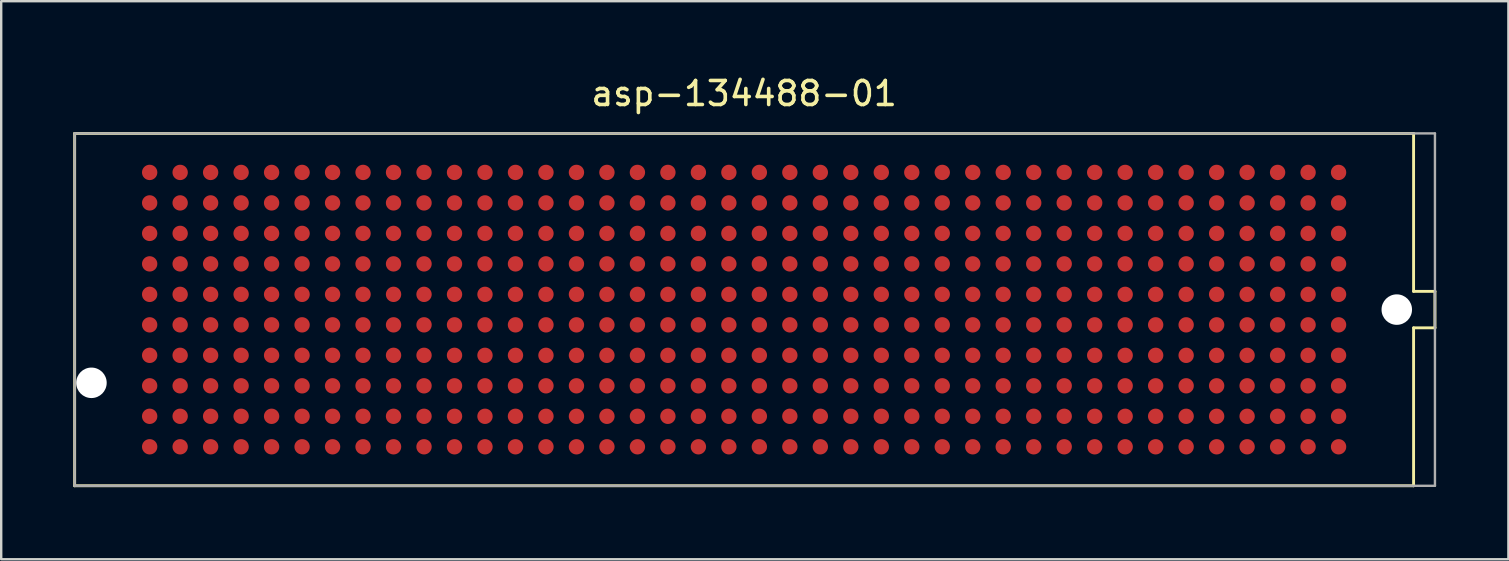
<source format=kicad_pcb>
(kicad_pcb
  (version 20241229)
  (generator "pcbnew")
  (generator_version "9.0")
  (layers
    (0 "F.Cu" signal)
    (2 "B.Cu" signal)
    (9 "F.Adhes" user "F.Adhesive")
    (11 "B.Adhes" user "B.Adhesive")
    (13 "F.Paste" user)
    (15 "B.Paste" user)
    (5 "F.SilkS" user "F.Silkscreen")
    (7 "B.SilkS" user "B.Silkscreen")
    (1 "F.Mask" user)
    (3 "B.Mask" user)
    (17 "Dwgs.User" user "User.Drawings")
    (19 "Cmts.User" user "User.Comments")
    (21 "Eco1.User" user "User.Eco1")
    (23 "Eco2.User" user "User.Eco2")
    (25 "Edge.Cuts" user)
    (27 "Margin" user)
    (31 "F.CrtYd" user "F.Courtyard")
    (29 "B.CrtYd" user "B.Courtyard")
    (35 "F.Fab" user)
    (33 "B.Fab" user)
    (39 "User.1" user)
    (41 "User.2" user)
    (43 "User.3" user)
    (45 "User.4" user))
  (footprint "asp-134488-01"
    (layer "F.Cu")
    (at 27.95 9.848)
    (property "Reference" "asp-134488-01" (at 0 -9 0) (layer "F.SilkS") (effects (font (size 1 1) (thickness 0.15))))
    (attr through_hole)
    (fp_line (start -27.89 -7.34) (end 27.89 -7.34) (stroke (width 0.12) (type solid)) (layer "F.SilkS"))
    (fp_line (start -27.89 7.34) (end -27.89 -7.34) (stroke (width 0.12) (type solid)) (layer "F.SilkS"))
    (fp_line (start 27.89 -7.34) (end 27.89 -0.76) (stroke (width 0.12) (type solid)) (layer "F.SilkS"))
    (fp_line (start 27.89 -0.76) (end 28.78 -0.76) (stroke (width 0.12) (type solid)) (layer "F.SilkS"))
    (fp_line (start 27.89 0.76) (end 27.89 7.34) (stroke (width 0.12) (type solid)) (layer "F.SilkS"))
    (fp_line (start 27.89 7.34) (end -27.89 7.34) (stroke (width 0.12) (type solid)) (layer "F.SilkS"))
    (fp_line (start 28.78 -0.76) (end 28.78 0.76) (stroke (width 0.12) (type solid)) (layer "F.SilkS"))
    (fp_line (start 28.78 0.76) (end 27.89 0.76) (stroke (width 0.12) (type solid)) (layer "F.SilkS"))
    (fp_line (start -27.89 -7.34) (end 28.78 -7.34) (stroke (width 0.1) (type solid)) (layer "F.Fab"))
    (fp_line (start -27.89 7.34) (end -27.89 -7.34) (stroke (width 0.1) (type solid)) (layer "F.Fab"))
    (fp_line (start 28.78 -7.34) (end 28.78 7.34) (stroke (width 0.1) (type solid)) (layer "F.Fab"))
    (fp_line (start 28.78 7.34) (end -27.89 7.34) (stroke (width 0.1) (type solid)) (layer "F.Fab"))
    (pad "" np_thru_hole circle (at -27.19 3.05) (size 1.27 1.27) (drill 1.27) (layers "*.Cu" "*.Mask"))
    (pad "" np_thru_hole circle (at 27.19 0) (size 1.27 1.27) (drill 1.27) (layers "*.Cu" "*.Mask"))
    (pad "A01" smd circle (at 24.765 -5.715) (size 0.64 0.64) (layers "F.Cu" "F.Mask" "F.Paste"))
    (pad "A02" smd circle (at 23.495 -5.715) (size 0.64 0.64) (layers "F.Cu" "F.Mask" "F.Paste"))
    (pad "A03" smd circle (at 22.225 -5.715) (size 0.64 0.64) (layers "F.Cu" "F.Mask" "F.Paste"))
    (pad "A04" smd circle (at 20.955 -5.715) (size 0.64 0.64) (layers "F.Cu" "F.Mask" "F.Paste"))
    (pad "A05" smd circle (at 19.685 -5.715) (size 0.64 0.64) (layers "F.Cu" "F.Mask" "F.Paste"))
    (pad "A06" smd circle (at 18.415 -5.715) (size 0.64 0.64) (layers "F.Cu" "F.Mask" "F.Paste"))
    (pad "A07" smd circle (at 17.145 -5.715) (size 0.64 0.64) (layers "F.Cu" "F.Mask" "F.Paste"))
    (pad "A08" smd circle (at 15.875 -5.715) (size 0.64 0.64) (layers "F.Cu" "F.Mask" "F.Paste"))
    (pad "A09" smd circle (at 14.605 -5.715) (size 0.64 0.64) (layers "F.Cu" "F.Mask" "F.Paste"))
    (pad "A10" smd circle (at 13.335 -5.715) (size 0.64 0.64) (layers "F.Cu" "F.Mask" "F.Paste"))
    (pad "A11" smd circle (at 12.065 -5.715) (size 0.64 0.64) (layers "F.Cu" "F.Mask" "F.Paste"))
    (pad "A12" smd circle (at 10.795 -5.715) (size 0.64 0.64) (layers "F.Cu" "F.Mask" "F.Paste"))
    (pad "A13" smd circle (at 9.525 -5.715) (size 0.64 0.64) (layers "F.Cu" "F.Mask" "F.Paste"))
    (pad "A14" smd circle (at 8.255 -5.715) (size 0.64 0.64) (layers "F.Cu" "F.Mask" "F.Paste"))
    (pad "A15" smd circle (at 6.985 -5.715) (size 0.64 0.64) (layers "F.Cu" "F.Mask" "F.Paste"))
    (pad "A16" smd circle (at 5.715 -5.715) (size 0.64 0.64) (layers "F.Cu" "F.Mask" "F.Paste"))
    (pad "A17" smd circle (at 4.445 -5.715) (size 0.64 0.64) (layers "F.Cu" "F.Mask" "F.Paste"))
    (pad "A18" smd circle (at 3.175 -5.715) (size 0.64 0.64) (layers "F.Cu" "F.Mask" "F.Paste"))
    (pad "A19" smd circle (at 1.905 -5.715) (size 0.64 0.64) (layers "F.Cu" "F.Mask" "F.Paste"))
    (pad "A20" smd circle (at 0.635 -5.715) (size 0.64 0.64) (layers "F.Cu" "F.Mask" "F.Paste"))
    (pad "A21" smd circle (at -0.635 -5.715) (size 0.64 0.64) (layers "F.Cu" "F.Mask" "F.Paste"))
    (pad "A22" smd circle (at -1.905 -5.715) (size 0.64 0.64) (layers "F.Cu" "F.Mask" "F.Paste"))
    (pad "A23" smd circle (at -3.175 -5.715) (size 0.64 0.64) (layers "F.Cu" "F.Mask" "F.Paste"))
    (pad "A24" smd circle (at -4.445 -5.715) (size 0.64 0.64) (layers "F.Cu" "F.Mask" "F.Paste"))
    (pad "A25" smd circle (at -5.715 -5.715) (size 0.64 0.64) (layers "F.Cu" "F.Mask" "F.Paste"))
    (pad "A26" smd circle (at -6.985 -5.715) (size 0.64 0.64) (layers "F.Cu" "F.Mask" "F.Paste"))
    (pad "A27" smd circle (at -8.255 -5.715) (size 0.64 0.64) (layers "F.Cu" "F.Mask" "F.Paste"))
    (pad "A28" smd circle (at -9.525 -5.715) (size 0.64 0.64) (layers "F.Cu" "F.Mask" "F.Paste"))
    (pad "A29" smd circle (at -10.795 -5.715) (size 0.64 0.64) (layers "F.Cu" "F.Mask" "F.Paste"))
    (pad "A30" smd circle (at -12.065 -5.715) (size 0.64 0.64) (layers "F.Cu" "F.Mask" "F.Paste"))
    (pad "A31" smd circle (at -13.335 -5.715) (size 0.64 0.64) (layers "F.Cu" "F.Mask" "F.Paste"))
    (pad "A32" smd circle (at -14.605 -5.715) (size 0.64 0.64) (layers "F.Cu" "F.Mask" "F.Paste"))
    (pad "A33" smd circle (at -15.875 -5.715) (size 0.64 0.64) (layers "F.Cu" "F.Mask" "F.Paste"))
    (pad "A34" smd circle (at -17.145 -5.715) (size 0.64 0.64) (layers "F.Cu" "F.Mask" "F.Paste"))
    (pad "A35" smd circle (at -18.415 -5.715) (size 0.64 0.64) (layers "F.Cu" "F.Mask" "F.Paste"))
    (pad "A36" smd circle (at -19.685 -5.715) (size 0.64 0.64) (layers "F.Cu" "F.Mask" "F.Paste"))
    (pad "A37" smd circle (at -20.955 -5.715) (size 0.64 0.64) (layers "F.Cu" "F.Mask" "F.Paste"))
    (pad "A38" smd circle (at -22.225 -5.715) (size 0.64 0.64) (layers "F.Cu" "F.Mask" "F.Paste"))
    (pad "A39" smd circle (at -23.495 -5.715) (size 0.64 0.64) (layers "F.Cu" "F.Mask" "F.Paste"))
    (pad "A40" smd circle (at -24.765 -5.715) (size 0.64 0.64) (layers "F.Cu" "F.Mask" "F.Paste"))
    (pad "B01" smd circle (at 24.765 -4.445) (size 0.64 0.64) (layers "F.Cu" "F.Mask" "F.Paste"))
    (pad "B02" smd circle (at 23.495 -4.445) (size 0.64 0.64) (layers "F.Cu" "F.Mask" "F.Paste"))
    (pad "B03" smd circle (at 22.225 -4.445) (size 0.64 0.64) (layers "F.Cu" "F.Mask" "F.Paste"))
    (pad "B04" smd circle (at 20.955 -4.445) (size 0.64 0.64) (layers "F.Cu" "F.Mask" "F.Paste"))
    (pad "B05" smd circle (at 19.685 -4.445) (size 0.64 0.64) (layers "F.Cu" "F.Mask" "F.Paste"))
    (pad "B06" smd circle (at 18.415 -4.445) (size 0.64 0.64) (layers "F.Cu" "F.Mask" "F.Paste"))
    (pad "B07" smd circle (at 17.145 -4.445) (size 0.64 0.64) (layers "F.Cu" "F.Mask" "F.Paste"))
    (pad "B08" smd circle (at 15.875 -4.445) (size 0.64 0.64) (layers "F.Cu" "F.Mask" "F.Paste"))
    (pad "B09" smd circle (at 14.605 -4.445) (size 0.64 0.64) (layers "F.Cu" "F.Mask" "F.Paste"))
    (pad "B10" smd circle (at 13.335 -4.445) (size 0.64 0.64) (layers "F.Cu" "F.Mask" "F.Paste"))
    (pad "B11" smd circle (at 12.065 -4.445) (size 0.64 0.64) (layers "F.Cu" "F.Mask" "F.Paste"))
    (pad "B12" smd circle (at 10.795 -4.445) (size 0.64 0.64) (layers "F.Cu" "F.Mask" "F.Paste"))
    (pad "B13" smd circle (at 9.525 -4.445) (size 0.64 0.64) (layers "F.Cu" "F.Mask" "F.Paste"))
    (pad "B14" smd circle (at 8.255 -4.445) (size 0.64 0.64) (layers "F.Cu" "F.Mask" "F.Paste"))
    (pad "B15" smd circle (at 6.985 -4.445) (size 0.64 0.64) (layers "F.Cu" "F.Mask" "F.Paste"))
    (pad "B16" smd circle (at 5.715 -4.445) (size 0.64 0.64) (layers "F.Cu" "F.Mask" "F.Paste"))
    (pad "B17" smd circle (at 4.445 -4.445) (size 0.64 0.64) (layers "F.Cu" "F.Mask" "F.Paste"))
    (pad "B18" smd circle (at 3.175 -4.445) (size 0.64 0.64) (layers "F.Cu" "F.Mask" "F.Paste"))
    (pad "B19" smd circle (at 1.905 -4.445) (size 0.64 0.64) (layers "F.Cu" "F.Mask" "F.Paste"))
    (pad "B20" smd circle (at 0.635 -4.445) (size 0.64 0.64) (layers "F.Cu" "F.Mask" "F.Paste"))
    (pad "B21" smd circle (at -0.635 -4.445) (size 0.64 0.64) (layers "F.Cu" "F.Mask" "F.Paste"))
    (pad "B22" smd circle (at -1.905 -4.445) (size 0.64 0.64) (layers "F.Cu" "F.Mask" "F.Paste"))
    (pad "B23" smd circle (at -3.175 -4.445) (size 0.64 0.64) (layers "F.Cu" "F.Mask" "F.Paste"))
    (pad "B24" smd circle (at -4.445 -4.445) (size 0.64 0.64) (layers "F.Cu" "F.Mask" "F.Paste"))
    (pad "B25" smd circle (at -5.715 -4.445) (size 0.64 0.64) (layers "F.Cu" "F.Mask" "F.Paste"))
    (pad "B26" smd circle (at -6.985 -4.445) (size 0.64 0.64) (layers "F.Cu" "F.Mask" "F.Paste"))
    (pad "B27" smd circle (at -8.255 -4.445) (size 0.64 0.64) (layers "F.Cu" "F.Mask" "F.Paste"))
    (pad "B28" smd circle (at -9.525 -4.445) (size 0.64 0.64) (layers "F.Cu" "F.Mask" "F.Paste"))
    (pad "B29" smd circle (at -10.795 -4.445) (size 0.64 0.64) (layers "F.Cu" "F.Mask" "F.Paste"))
    (pad "B30" smd circle (at -12.065 -4.445) (size 0.64 0.64) (layers "F.Cu" "F.Mask" "F.Paste"))
    (pad "B31" smd circle (at -13.335 -4.445) (size 0.64 0.64) (layers "F.Cu" "F.Mask" "F.Paste"))
    (pad "B32" smd circle (at -14.605 -4.445) (size 0.64 0.64) (layers "F.Cu" "F.Mask" "F.Paste"))
    (pad "B33" smd circle (at -15.875 -4.445) (size 0.64 0.64) (layers "F.Cu" "F.Mask" "F.Paste"))
    (pad "B34" smd circle (at -17.145 -4.445) (size 0.64 0.64) (layers "F.Cu" "F.Mask" "F.Paste"))
    (pad "B35" smd circle (at -18.415 -4.445) (size 0.64 0.64) (layers "F.Cu" "F.Mask" "F.Paste"))
    (pad "B36" smd circle (at -19.685 -4.445) (size 0.64 0.64) (layers "F.Cu" "F.Mask" "F.Paste"))
    (pad "B37" smd circle (at -20.955 -4.445) (size 0.64 0.64) (layers "F.Cu" "F.Mask" "F.Paste"))
    (pad "B38" smd circle (at -22.225 -4.445) (size 0.64 0.64) (layers "F.Cu" "F.Mask" "F.Paste"))
    (pad "B39" smd circle (at -23.495 -4.445) (size 0.64 0.64) (layers "F.Cu" "F.Mask" "F.Paste"))
    (pad "B40" smd circle (at -24.765 -4.445) (size 0.64 0.64) (layers "F.Cu" "F.Mask" "F.Paste"))
    (pad "C01" smd circle (at 24.765 -3.175) (size 0.64 0.64) (layers "F.Cu" "F.Mask" "F.Paste"))
    (pad "C02" smd circle (at 23.495 -3.175) (size 0.64 0.64) (layers "F.Cu" "F.Mask" "F.Paste"))
    (pad "C03" smd circle (at 22.225 -3.175) (size 0.64 0.64) (layers "F.Cu" "F.Mask" "F.Paste"))
    (pad "C04" smd circle (at 20.955 -3.175) (size 0.64 0.64) (layers "F.Cu" "F.Mask" "F.Paste"))
    (pad "C05" smd circle (at 19.685 -3.175) (size 0.64 0.64) (layers "F.Cu" "F.Mask" "F.Paste"))
    (pad "C06" smd circle (at 18.415 -3.175) (size 0.64 0.64) (layers "F.Cu" "F.Mask" "F.Paste"))
    (pad "C07" smd circle (at 17.145 -3.175) (size 0.64 0.64) (layers "F.Cu" "F.Mask" "F.Paste"))
    (pad "C08" smd circle (at 15.875 -3.175) (size 0.64 0.64) (layers "F.Cu" "F.Mask" "F.Paste"))
    (pad "C09" smd circle (at 14.605 -3.175) (size 0.64 0.64) (layers "F.Cu" "F.Mask" "F.Paste"))
    (pad "C10" smd circle (at 13.335 -3.175) (size 0.64 0.64) (layers "F.Cu" "F.Mask" "F.Paste"))
    (pad "C11" smd circle (at 12.065 -3.175) (size 0.64 0.64) (layers "F.Cu" "F.Mask" "F.Paste"))
    (pad "C12" smd circle (at 10.795 -3.175) (size 0.64 0.64) (layers "F.Cu" "F.Mask" "F.Paste"))
    (pad "C13" smd circle (at 9.525 -3.175) (size 0.64 0.64) (layers "F.Cu" "F.Mask" "F.Paste"))
    (pad "C14" smd circle (at 8.255 -3.175) (size 0.64 0.64) (layers "F.Cu" "F.Mask" "F.Paste"))
    (pad "C15" smd circle (at 6.985 -3.175) (size 0.64 0.64) (layers "F.Cu" "F.Mask" "F.Paste"))
    (pad "C16" smd circle (at 5.715 -3.175) (size 0.64 0.64) (layers "F.Cu" "F.Mask" "F.Paste"))
    (pad "C17" smd circle (at 4.445 -3.175) (size 0.64 0.64) (layers "F.Cu" "F.Mask" "F.Paste"))
    (pad "C18" smd circle (at 3.175 -3.175) (size 0.64 0.64) (layers "F.Cu" "F.Mask" "F.Paste"))
    (pad "C19" smd circle (at 1.905 -3.175) (size 0.64 0.64) (layers "F.Cu" "F.Mask" "F.Paste"))
    (pad "C20" smd circle (at 0.635 -3.175) (size 0.64 0.64) (layers "F.Cu" "F.Mask" "F.Paste"))
    (pad "C21" smd circle (at -0.635 -3.175) (size 0.64 0.64) (layers "F.Cu" "F.Mask" "F.Paste"))
    (pad "C22" smd circle (at -1.905 -3.175) (size 0.64 0.64) (layers "F.Cu" "F.Mask" "F.Paste"))
    (pad "C23" smd circle (at -3.175 -3.175) (size 0.64 0.64) (layers "F.Cu" "F.Mask" "F.Paste"))
    (pad "C24" smd circle (at -4.445 -3.175) (size 0.64 0.64) (layers "F.Cu" "F.Mask" "F.Paste"))
    (pad "C25" smd circle (at -5.715 -3.175) (size 0.64 0.64) (layers "F.Cu" "F.Mask" "F.Paste"))
    (pad "C26" smd circle (at -6.985 -3.175) (size 0.64 0.64) (layers "F.Cu" "F.Mask" "F.Paste"))
    (pad "C27" smd circle (at -8.255 -3.175) (size 0.64 0.64) (layers "F.Cu" "F.Mask" "F.Paste"))
    (pad "C28" smd circle (at -9.525 -3.175) (size 0.64 0.64) (layers "F.Cu" "F.Mask" "F.Paste"))
    (pad "C29" smd circle (at -10.795 -3.175) (size 0.64 0.64) (layers "F.Cu" "F.Mask" "F.Paste"))
    (pad "C30" smd circle (at -12.065 -3.175) (size 0.64 0.64) (layers "F.Cu" "F.Mask" "F.Paste"))
    (pad "C31" smd circle (at -13.335 -3.175) (size 0.64 0.64) (layers "F.Cu" "F.Mask" "F.Paste"))
    (pad "C32" smd circle (at -14.605 -3.175) (size 0.64 0.64) (layers "F.Cu" "F.Mask" "F.Paste"))
    (pad "C33" smd circle (at -15.875 -3.175) (size 0.64 0.64) (layers "F.Cu" "F.Mask" "F.Paste"))
    (pad "C34" smd circle (at -17.145 -3.175) (size 0.64 0.64) (layers "F.Cu" "F.Mask" "F.Paste"))
    (pad "C35" smd circle (at -18.415 -3.175) (size 0.64 0.64) (layers "F.Cu" "F.Mask" "F.Paste"))
    (pad "C36" smd circle (at -19.685 -3.175) (size 0.64 0.64) (layers "F.Cu" "F.Mask" "F.Paste"))
    (pad "C37" smd circle (at -20.955 -3.175) (size 0.64 0.64) (layers "F.Cu" "F.Mask" "F.Paste"))
    (pad "C38" smd circle (at -22.225 -3.175) (size 0.64 0.64) (layers "F.Cu" "F.Mask" "F.Paste"))
    (pad "C39" smd circle (at -23.495 -3.175) (size 0.64 0.64) (layers "F.Cu" "F.Mask" "F.Paste"))
    (pad "C40" smd circle (at -24.765 -3.175) (size 0.64 0.64) (layers "F.Cu" "F.Mask" "F.Paste"))
    (pad "D01" smd circle (at 24.765 -1.905) (size 0.64 0.64) (layers "F.Cu" "F.Mask" "F.Paste"))
    (pad "D02" smd circle (at 23.495 -1.905) (size 0.64 0.64) (layers "F.Cu" "F.Mask" "F.Paste"))
    (pad "D03" smd circle (at 22.225 -1.905) (size 0.64 0.64) (layers "F.Cu" "F.Mask" "F.Paste"))
    (pad "D04" smd circle (at 20.955 -1.905) (size 0.64 0.64) (layers "F.Cu" "F.Mask" "F.Paste"))
    (pad "D05" smd circle (at 19.685 -1.905) (size 0.64 0.64) (layers "F.Cu" "F.Mask" "F.Paste"))
    (pad "D06" smd circle (at 18.415 -1.905) (size 0.64 0.64) (layers "F.Cu" "F.Mask" "F.Paste"))
    (pad "D07" smd circle (at 17.145 -1.905) (size 0.64 0.64) (layers "F.Cu" "F.Mask" "F.Paste"))
    (pad "D08" smd circle (at 15.875 -1.905) (size 0.64 0.64) (layers "F.Cu" "F.Mask" "F.Paste"))
    (pad "D09" smd circle (at 14.605 -1.905) (size 0.64 0.64) (layers "F.Cu" "F.Mask" "F.Paste"))
    (pad "D10" smd circle (at 13.335 -1.905) (size 0.64 0.64) (layers "F.Cu" "F.Mask" "F.Paste"))
    (pad "D11" smd circle (at 12.065 -1.905) (size 0.64 0.64) (layers "F.Cu" "F.Mask" "F.Paste"))
    (pad "D12" smd circle (at 10.795 -1.905) (size 0.64 0.64) (layers "F.Cu" "F.Mask" "F.Paste"))
    (pad "D13" smd circle (at 9.525 -1.905) (size 0.64 0.64) (layers "F.Cu" "F.Mask" "F.Paste"))
    (pad "D14" smd circle (at 8.255 -1.905) (size 0.64 0.64) (layers "F.Cu" "F.Mask" "F.Paste"))
    (pad "D15" smd circle (at 6.985 -1.905) (size 0.64 0.64) (layers "F.Cu" "F.Mask" "F.Paste"))
    (pad "D16" smd circle (at 5.715 -1.905) (size 0.64 0.64) (layers "F.Cu" "F.Mask" "F.Paste"))
    (pad "D17" smd circle (at 4.445 -1.905) (size 0.64 0.64) (layers "F.Cu" "F.Mask" "F.Paste"))
    (pad "D18" smd circle (at 3.175 -1.905) (size 0.64 0.64) (layers "F.Cu" "F.Mask" "F.Paste"))
    (pad "D19" smd circle (at 1.905 -1.905) (size 0.64 0.64) (layers "F.Cu" "F.Mask" "F.Paste"))
    (pad "D20" smd circle (at 0.635 -1.905) (size 0.64 0.64) (layers "F.Cu" "F.Mask" "F.Paste"))
    (pad "D21" smd circle (at -0.635 -1.905) (size 0.64 0.64) (layers "F.Cu" "F.Mask" "F.Paste"))
    (pad "D22" smd circle (at -1.905 -1.905) (size 0.64 0.64) (layers "F.Cu" "F.Mask" "F.Paste"))
    (pad "D23" smd circle (at -3.175 -1.905) (size 0.64 0.64) (layers "F.Cu" "F.Mask" "F.Paste"))
    (pad "D24" smd circle (at -4.445 -1.905) (size 0.64 0.64) (layers "F.Cu" "F.Mask" "F.Paste"))
    (pad "D25" smd circle (at -5.715 -1.905) (size 0.64 0.64) (layers "F.Cu" "F.Mask" "F.Paste"))
    (pad "D26" smd circle (at -6.985 -1.905) (size 0.64 0.64) (layers "F.Cu" "F.Mask" "F.Paste"))
    (pad "D27" smd circle (at -8.255 -1.905) (size 0.64 0.64) (layers "F.Cu" "F.Mask" "F.Paste"))
    (pad "D28" smd circle (at -9.525 -1.905) (size 0.64 0.64) (layers "F.Cu" "F.Mask" "F.Paste"))
    (pad "D29" smd circle (at -10.795 -1.905) (size 0.64 0.64) (layers "F.Cu" "F.Mask" "F.Paste"))
    (pad "D30" smd circle (at -12.065 -1.905) (size 0.64 0.64) (layers "F.Cu" "F.Mask" "F.Paste"))
    (pad "D31" smd circle (at -13.335 -1.905) (size 0.64 0.64) (layers "F.Cu" "F.Mask" "F.Paste"))
    (pad "D32" smd circle (at -14.605 -1.905) (size 0.64 0.64) (layers "F.Cu" "F.Mask" "F.Paste"))
    (pad "D33" smd circle (at -15.875 -1.905) (size 0.64 0.64) (layers "F.Cu" "F.Mask" "F.Paste"))
    (pad "D34" smd circle (at -17.145 -1.905) (size 0.64 0.64) (layers "F.Cu" "F.Mask" "F.Paste"))
    (pad "D35" smd circle (at -18.415 -1.905) (size 0.64 0.64) (layers "F.Cu" "F.Mask" "F.Paste"))
    (pad "D36" smd circle (at -19.685 -1.905) (size 0.64 0.64) (layers "F.Cu" "F.Mask" "F.Paste"))
    (pad "D37" smd circle (at -20.955 -1.905) (size 0.64 0.64) (layers "F.Cu" "F.Mask" "F.Paste"))
    (pad "D38" smd circle (at -22.225 -1.905) (size 0.64 0.64) (layers "F.Cu" "F.Mask" "F.Paste"))
    (pad "D39" smd circle (at -23.495 -1.905) (size 0.64 0.64) (layers "F.Cu" "F.Mask" "F.Paste"))
    (pad "D40" smd circle (at -24.765 -1.905) (size 0.64 0.64) (layers "F.Cu" "F.Mask" "F.Paste"))
    (pad "E01" smd circle (at 24.765 -0.635) (size 0.64 0.64) (layers "F.Cu" "F.Mask" "F.Paste"))
    (pad "E02" smd circle (at 23.495 -0.635) (size 0.64 0.64) (layers "F.Cu" "F.Mask" "F.Paste"))
    (pad "E03" smd circle (at 22.225 -0.635) (size 0.64 0.64) (layers "F.Cu" "F.Mask" "F.Paste"))
    (pad "E04" smd circle (at 20.955 -0.635) (size 0.64 0.64) (layers "F.Cu" "F.Mask" "F.Paste"))
    (pad "E05" smd circle (at 19.685 -0.635) (size 0.64 0.64) (layers "F.Cu" "F.Mask" "F.Paste"))
    (pad "E06" smd circle (at 18.415 -0.635) (size 0.64 0.64) (layers "F.Cu" "F.Mask" "F.Paste"))
    (pad "E07" smd circle (at 17.145 -0.635) (size 0.64 0.64) (layers "F.Cu" "F.Mask" "F.Paste"))
    (pad "E08" smd circle (at 15.875 -0.635) (size 0.64 0.64) (layers "F.Cu" "F.Mask" "F.Paste"))
    (pad "E09" smd circle (at 14.605 -0.635) (size 0.64 0.64) (layers "F.Cu" "F.Mask" "F.Paste"))
    (pad "E10" smd circle (at 13.335 -0.635) (size 0.64 0.64) (layers "F.Cu" "F.Mask" "F.Paste"))
    (pad "E11" smd circle (at 12.065 -0.635) (size 0.64 0.64) (layers "F.Cu" "F.Mask" "F.Paste"))
    (pad "E12" smd circle (at 10.795 -0.635) (size 0.64 0.64) (layers "F.Cu" "F.Mask" "F.Paste"))
    (pad "E13" smd circle (at 9.525 -0.635) (size 0.64 0.64) (layers "F.Cu" "F.Mask" "F.Paste"))
    (pad "E14" smd circle (at 8.255 -0.635) (size 0.64 0.64) (layers "F.Cu" "F.Mask" "F.Paste"))
    (pad "E15" smd circle (at 6.985 -0.635) (size 0.64 0.64) (layers "F.Cu" "F.Mask" "F.Paste"))
    (pad "E16" smd circle (at 5.715 -0.635) (size 0.64 0.64) (layers "F.Cu" "F.Mask" "F.Paste"))
    (pad "E17" smd circle (at 4.445 -0.635) (size 0.64 0.64) (layers "F.Cu" "F.Mask" "F.Paste"))
    (pad "E18" smd circle (at 3.175 -0.635) (size 0.64 0.64) (layers "F.Cu" "F.Mask" "F.Paste"))
    (pad "E19" smd circle (at 1.905 -0.635) (size 0.64 0.64) (layers "F.Cu" "F.Mask" "F.Paste"))
    (pad "E20" smd circle (at 0.635 -0.635) (size 0.64 0.64) (layers "F.Cu" "F.Mask" "F.Paste"))
    (pad "E21" smd circle (at -0.635 -0.635) (size 0.64 0.64) (layers "F.Cu" "F.Mask" "F.Paste"))
    (pad "E22" smd circle (at -1.905 -0.635) (size 0.64 0.64) (layers "F.Cu" "F.Mask" "F.Paste"))
    (pad "E23" smd circle (at -3.175 -0.635) (size 0.64 0.64) (layers "F.Cu" "F.Mask" "F.Paste"))
    (pad "E24" smd circle (at -4.445 -0.635) (size 0.64 0.64) (layers "F.Cu" "F.Mask" "F.Paste"))
    (pad "E25" smd circle (at -5.715 -0.635) (size 0.64 0.64) (layers "F.Cu" "F.Mask" "F.Paste"))
    (pad "E26" smd circle (at -6.985 -0.635) (size 0.64 0.64) (layers "F.Cu" "F.Mask" "F.Paste"))
    (pad "E27" smd circle (at -8.255 -0.635) (size 0.64 0.64) (layers "F.Cu" "F.Mask" "F.Paste"))
    (pad "E28" smd circle (at -9.525 -0.635) (size 0.64 0.64) (layers "F.Cu" "F.Mask" "F.Paste"))
    (pad "E29" smd circle (at -10.795 -0.635) (size 0.64 0.64) (layers "F.Cu" "F.Mask" "F.Paste"))
    (pad "E30" smd circle (at -12.065 -0.635) (size 0.64 0.64) (layers "F.Cu" "F.Mask" "F.Paste"))
    (pad "E31" smd circle (at -13.335 -0.635) (size 0.64 0.64) (layers "F.Cu" "F.Mask" "F.Paste"))
    (pad "E32" smd circle (at -14.605 -0.635) (size 0.64 0.64) (layers "F.Cu" "F.Mask" "F.Paste"))
    (pad "E33" smd circle (at -15.875 -0.635) (size 0.64 0.64) (layers "F.Cu" "F.Mask" "F.Paste"))
    (pad "E34" smd circle (at -17.145 -0.635) (size 0.64 0.64) (layers "F.Cu" "F.Mask" "F.Paste"))
    (pad "E35" smd circle (at -18.415 -0.635) (size 0.64 0.64) (layers "F.Cu" "F.Mask" "F.Paste"))
    (pad "E36" smd circle (at -19.685 -0.635) (size 0.64 0.64) (layers "F.Cu" "F.Mask" "F.Paste"))
    (pad "E37" smd circle (at -20.955 -0.635) (size 0.64 0.64) (layers "F.Cu" "F.Mask" "F.Paste"))
    (pad "E38" smd circle (at -22.225 -0.635) (size 0.64 0.64) (layers "F.Cu" "F.Mask" "F.Paste"))
    (pad "E39" smd circle (at -23.495 -0.635) (size 0.64 0.64) (layers "F.Cu" "F.Mask" "F.Paste"))
    (pad "E40" smd circle (at -24.765 -0.635) (size 0.64 0.64) (layers "F.Cu" "F.Mask" "F.Paste"))
    (pad "F01" smd circle (at 24.765 0.635) (size 0.64 0.64) (layers "F.Cu" "F.Mask" "F.Paste"))
    (pad "F02" smd circle (at 23.495 0.635) (size 0.64 0.64) (layers "F.Cu" "F.Mask" "F.Paste"))
    (pad "F03" smd circle (at 22.225 0.635) (size 0.64 0.64) (layers "F.Cu" "F.Mask" "F.Paste"))
    (pad "F04" smd circle (at 20.955 0.635) (size 0.64 0.64) (layers "F.Cu" "F.Mask" "F.Paste"))
    (pad "F05" smd circle (at 19.685 0.635) (size 0.64 0.64) (layers "F.Cu" "F.Mask" "F.Paste"))
    (pad "F06" smd circle (at 18.415 0.635) (size 0.64 0.64) (layers "F.Cu" "F.Mask" "F.Paste"))
    (pad "F07" smd circle (at 17.145 0.635) (size 0.64 0.64) (layers "F.Cu" "F.Mask" "F.Paste"))
    (pad "F08" smd circle (at 15.875 0.635) (size 0.64 0.64) (layers "F.Cu" "F.Mask" "F.Paste"))
    (pad "F09" smd circle (at 14.605 0.635) (size 0.64 0.64) (layers "F.Cu" "F.Mask" "F.Paste"))
    (pad "F10" smd circle (at 13.335 0.635) (size 0.64 0.64) (layers "F.Cu" "F.Mask" "F.Paste"))
    (pad "F11" smd circle (at 12.065 0.635) (size 0.64 0.64) (layers "F.Cu" "F.Mask" "F.Paste"))
    (pad "F12" smd circle (at 10.795 0.635) (size 0.64 0.64) (layers "F.Cu" "F.Mask" "F.Paste"))
    (pad "F13" smd circle (at 9.525 0.635) (size 0.64 0.64) (layers "F.Cu" "F.Mask" "F.Paste"))
    (pad "F14" smd circle (at 8.255 0.635) (size 0.64 0.64) (layers "F.Cu" "F.Mask" "F.Paste"))
    (pad "F15" smd circle (at 6.985 0.635) (size 0.64 0.64) (layers "F.Cu" "F.Mask" "F.Paste"))
    (pad "F16" smd circle (at 5.715 0.635) (size 0.64 0.64) (layers "F.Cu" "F.Mask" "F.Paste"))
    (pad "F17" smd circle (at 4.445 0.635) (size 0.64 0.64) (layers "F.Cu" "F.Mask" "F.Paste"))
    (pad "F18" smd circle (at 3.175 0.635) (size 0.64 0.64) (layers "F.Cu" "F.Mask" "F.Paste"))
    (pad "F19" smd circle (at 1.905 0.635) (size 0.64 0.64) (layers "F.Cu" "F.Mask" "F.Paste"))
    (pad "F20" smd circle (at 0.635 0.635) (size 0.64 0.64) (layers "F.Cu" "F.Mask" "F.Paste"))
    (pad "F21" smd circle (at -0.635 0.635) (size 0.64 0.64) (layers "F.Cu" "F.Mask" "F.Paste"))
    (pad "F22" smd circle (at -1.905 0.635) (size 0.64 0.64) (layers "F.Cu" "F.Mask" "F.Paste"))
    (pad "F23" smd circle (at -3.175 0.635) (size 0.64 0.64) (layers "F.Cu" "F.Mask" "F.Paste"))
    (pad "F24" smd circle (at -4.445 0.635) (size 0.64 0.64) (layers "F.Cu" "F.Mask" "F.Paste"))
    (pad "F25" smd circle (at -5.715 0.635) (size 0.64 0.64) (layers "F.Cu" "F.Mask" "F.Paste"))
    (pad "F26" smd circle (at -6.985 0.635) (size 0.64 0.64) (layers "F.Cu" "F.Mask" "F.Paste"))
    (pad "F27" smd circle (at -8.255 0.635) (size 0.64 0.64) (layers "F.Cu" "F.Mask" "F.Paste"))
    (pad "F28" smd circle (at -9.525 0.635) (size 0.64 0.64) (layers "F.Cu" "F.Mask" "F.Paste"))
    (pad "F29" smd circle (at -10.795 0.635) (size 0.64 0.64) (layers "F.Cu" "F.Mask" "F.Paste"))
    (pad "F30" smd circle (at -12.065 0.635) (size 0.64 0.64) (layers "F.Cu" "F.Mask" "F.Paste"))
    (pad "F31" smd circle (at -13.335 0.635) (size 0.64 0.64) (layers "F.Cu" "F.Mask" "F.Paste"))
    (pad "F32" smd circle (at -14.605 0.635) (size 0.64 0.64) (layers "F.Cu" "F.Mask" "F.Paste"))
    (pad "F33" smd circle (at -15.875 0.635) (size 0.64 0.64) (layers "F.Cu" "F.Mask" "F.Paste"))
    (pad "F34" smd circle (at -17.145 0.635) (size 0.64 0.64) (layers "F.Cu" "F.Mask" "F.Paste"))
    (pad "F35" smd circle (at -18.415 0.635) (size 0.64 0.64) (layers "F.Cu" "F.Mask" "F.Paste"))
    (pad "F36" smd circle (at -19.685 0.635) (size 0.64 0.64) (layers "F.Cu" "F.Mask" "F.Paste"))
    (pad "F37" smd circle (at -20.955 0.635) (size 0.64 0.64) (layers "F.Cu" "F.Mask" "F.Paste"))
    (pad "F38" smd circle (at -22.225 0.635) (size 0.64 0.64) (layers "F.Cu" "F.Mask" "F.Paste"))
    (pad "F39" smd circle (at -23.495 0.635) (size 0.64 0.64) (layers "F.Cu" "F.Mask" "F.Paste"))
    (pad "F40" smd circle (at -24.765 0.635) (size 0.64 0.64) (layers "F.Cu" "F.Mask" "F.Paste"))
    (pad "G01" smd circle (at 24.765 1.905) (size 0.64 0.64) (layers "F.Cu" "F.Mask" "F.Paste"))
    (pad "G02" smd circle (at 23.495 1.905) (size 0.64 0.64) (layers "F.Cu" "F.Mask" "F.Paste"))
    (pad "G03" smd circle (at 22.225 1.905) (size 0.64 0.64) (layers "F.Cu" "F.Mask" "F.Paste"))
    (pad "G04" smd circle (at 20.955 1.905) (size 0.64 0.64) (layers "F.Cu" "F.Mask" "F.Paste"))
    (pad "G05" smd circle (at 19.685 1.905) (size 0.64 0.64) (layers "F.Cu" "F.Mask" "F.Paste"))
    (pad "G06" smd circle (at 18.415 1.905) (size 0.64 0.64) (layers "F.Cu" "F.Mask" "F.Paste"))
    (pad "G07" smd circle (at 17.145 1.905) (size 0.64 0.64) (layers "F.Cu" "F.Mask" "F.Paste"))
    (pad "G08" smd circle (at 15.875 1.905) (size 0.64 0.64) (layers "F.Cu" "F.Mask" "F.Paste"))
    (pad "G09" smd circle (at 14.605 1.905) (size 0.64 0.64) (layers "F.Cu" "F.Mask" "F.Paste"))
    (pad "G10" smd circle (at 13.335 1.905) (size 0.64 0.64) (layers "F.Cu" "F.Mask" "F.Paste"))
    (pad "G11" smd circle (at 12.065 1.905) (size 0.64 0.64) (layers "F.Cu" "F.Mask" "F.Paste"))
    (pad "G12" smd circle (at 10.795 1.905) (size 0.64 0.64) (layers "F.Cu" "F.Mask" "F.Paste"))
    (pad "G13" smd circle (at 9.525 1.905) (size 0.64 0.64) (layers "F.Cu" "F.Mask" "F.Paste"))
    (pad "G14" smd circle (at 8.255 1.905) (size 0.64 0.64) (layers "F.Cu" "F.Mask" "F.Paste"))
    (pad "G15" smd circle (at 6.985 1.905) (size 0.64 0.64) (layers "F.Cu" "F.Mask" "F.Paste"))
    (pad "G16" smd circle (at 5.715 1.905) (size 0.64 0.64) (layers "F.Cu" "F.Mask" "F.Paste"))
    (pad "G17" smd circle (at 4.445 1.905) (size 0.64 0.64) (layers "F.Cu" "F.Mask" "F.Paste"))
    (pad "G18" smd circle (at 3.175 1.905) (size 0.64 0.64) (layers "F.Cu" "F.Mask" "F.Paste"))
    (pad "G19" smd circle (at 1.905 1.905) (size 0.64 0.64) (layers "F.Cu" "F.Mask" "F.Paste"))
    (pad "G20" smd circle (at 0.635 1.905) (size 0.64 0.64) (layers "F.Cu" "F.Mask" "F.Paste"))
    (pad "G21" smd circle (at -0.635 1.905) (size 0.64 0.64) (layers "F.Cu" "F.Mask" "F.Paste"))
    (pad "G22" smd circle (at -1.905 1.905) (size 0.64 0.64) (layers "F.Cu" "F.Mask" "F.Paste"))
    (pad "G23" smd circle (at -3.175 1.905) (size 0.64 0.64) (layers "F.Cu" "F.Mask" "F.Paste"))
    (pad "G24" smd circle (at -4.445 1.905) (size 0.64 0.64) (layers "F.Cu" "F.Mask" "F.Paste"))
    (pad "G25" smd circle (at -5.715 1.905) (size 0.64 0.64) (layers "F.Cu" "F.Mask" "F.Paste"))
    (pad "G26" smd circle (at -6.985 1.905) (size 0.64 0.64) (layers "F.Cu" "F.Mask" "F.Paste"))
    (pad "G27" smd circle (at -8.255 1.905) (size 0.64 0.64) (layers "F.Cu" "F.Mask" "F.Paste"))
    (pad "G28" smd circle (at -9.525 1.905) (size 0.64 0.64) (layers "F.Cu" "F.Mask" "F.Paste"))
    (pad "G29" smd circle (at -10.795 1.905) (size 0.64 0.64) (layers "F.Cu" "F.Mask" "F.Paste"))
    (pad "G30" smd circle (at -12.065 1.905) (size 0.64 0.64) (layers "F.Cu" "F.Mask" "F.Paste"))
    (pad "G31" smd circle (at -13.335 1.905) (size 0.64 0.64) (layers "F.Cu" "F.Mask" "F.Paste"))
    (pad "G32" smd circle (at -14.605 1.905) (size 0.64 0.64) (layers "F.Cu" "F.Mask" "F.Paste"))
    (pad "G33" smd circle (at -15.875 1.905) (size 0.64 0.64) (layers "F.Cu" "F.Mask" "F.Paste"))
    (pad "G34" smd circle (at -17.145 1.905) (size 0.64 0.64) (layers "F.Cu" "F.Mask" "F.Paste"))
    (pad "G35" smd circle (at -18.415 1.905) (size 0.64 0.64) (layers "F.Cu" "F.Mask" "F.Paste"))
    (pad "G36" smd circle (at -19.685 1.905) (size 0.64 0.64) (layers "F.Cu" "F.Mask" "F.Paste"))
    (pad "G37" smd circle (at -20.955 1.905) (size 0.64 0.64) (layers "F.Cu" "F.Mask" "F.Paste"))
    (pad "G38" smd circle (at -22.225 1.905) (size 0.64 0.64) (layers "F.Cu" "F.Mask" "F.Paste"))
    (pad "G39" smd circle (at -23.495 1.905) (size 0.64 0.64) (layers "F.Cu" "F.Mask" "F.Paste"))
    (pad "G40" smd circle (at -24.765 1.905) (size 0.64 0.64) (layers "F.Cu" "F.Mask" "F.Paste"))
    (pad "H01" smd circle (at 24.765 3.175) (size 0.64 0.64) (layers "F.Cu" "F.Mask" "F.Paste"))
    (pad "H02" smd circle (at 23.495 3.175) (size 0.64 0.64) (layers "F.Cu" "F.Mask" "F.Paste"))
    (pad "H03" smd circle (at 22.225 3.175) (size 0.64 0.64) (layers "F.Cu" "F.Mask" "F.Paste"))
    (pad "H04" smd circle (at 20.955 3.175) (size 0.64 0.64) (layers "F.Cu" "F.Mask" "F.Paste"))
    (pad "H05" smd circle (at 19.685 3.175) (size 0.64 0.64) (layers "F.Cu" "F.Mask" "F.Paste"))
    (pad "H06" smd circle (at 18.415 3.175) (size 0.64 0.64) (layers "F.Cu" "F.Mask" "F.Paste"))
    (pad "H07" smd circle (at 17.145 3.175) (size 0.64 0.64) (layers "F.Cu" "F.Mask" "F.Paste"))
    (pad "H08" smd circle (at 15.875 3.175) (size 0.64 0.64) (layers "F.Cu" "F.Mask" "F.Paste"))
    (pad "H09" smd circle (at 14.605 3.175) (size 0.64 0.64) (layers "F.Cu" "F.Mask" "F.Paste"))
    (pad "H10" smd circle (at 13.335 3.175) (size 0.64 0.64) (layers "F.Cu" "F.Mask" "F.Paste"))
    (pad "H11" smd circle (at 12.065 3.175) (size 0.64 0.64) (layers "F.Cu" "F.Mask" "F.Paste"))
    (pad "H12" smd circle (at 10.795 3.175) (size 0.64 0.64) (layers "F.Cu" "F.Mask" "F.Paste"))
    (pad "H13" smd circle (at 9.525 3.175) (size 0.64 0.64) (layers "F.Cu" "F.Mask" "F.Paste"))
    (pad "H14" smd circle (at 8.255 3.175) (size 0.64 0.64) (layers "F.Cu" "F.Mask" "F.Paste"))
    (pad "H15" smd circle (at 6.985 3.175) (size 0.64 0.64) (layers "F.Cu" "F.Mask" "F.Paste"))
    (pad "H16" smd circle (at 5.715 3.175) (size 0.64 0.64) (layers "F.Cu" "F.Mask" "F.Paste"))
    (pad "H17" smd circle (at 4.445 3.175) (size 0.64 0.64) (layers "F.Cu" "F.Mask" "F.Paste"))
    (pad "H18" smd circle (at 3.175 3.175) (size 0.64 0.64) (layers "F.Cu" "F.Mask" "F.Paste"))
    (pad "H19" smd circle (at 1.905 3.175) (size 0.64 0.64) (layers "F.Cu" "F.Mask" "F.Paste"))
    (pad "H20" smd circle (at 0.635 3.175) (size 0.64 0.64) (layers "F.Cu" "F.Mask" "F.Paste"))
    (pad "H21" smd circle (at -0.635 3.175) (size 0.64 0.64) (layers "F.Cu" "F.Mask" "F.Paste"))
    (pad "H22" smd circle (at -1.905 3.175) (size 0.64 0.64) (layers "F.Cu" "F.Mask" "F.Paste"))
    (pad "H23" smd circle (at -3.175 3.175) (size 0.64 0.64) (layers "F.Cu" "F.Mask" "F.Paste"))
    (pad "H24" smd circle (at -4.445 3.175) (size 0.64 0.64) (layers "F.Cu" "F.Mask" "F.Paste"))
    (pad "H25" smd circle (at -5.715 3.175) (size 0.64 0.64) (layers "F.Cu" "F.Mask" "F.Paste"))
    (pad "H26" smd circle (at -6.985 3.175) (size 0.64 0.64) (layers "F.Cu" "F.Mask" "F.Paste"))
    (pad "H27" smd circle (at -8.255 3.175) (size 0.64 0.64) (layers "F.Cu" "F.Mask" "F.Paste"))
    (pad "H28" smd circle (at -9.525 3.175) (size 0.64 0.64) (layers "F.Cu" "F.Mask" "F.Paste"))
    (pad "H29" smd circle (at -10.795 3.175) (size 0.64 0.64) (layers "F.Cu" "F.Mask" "F.Paste"))
    (pad "H30" smd circle (at -12.065 3.175) (size 0.64 0.64) (layers "F.Cu" "F.Mask" "F.Paste"))
    (pad "H31" smd circle (at -13.335 3.175) (size 0.64 0.64) (layers "F.Cu" "F.Mask" "F.Paste"))
    (pad "H32" smd circle (at -14.605 3.175) (size 0.64 0.64) (layers "F.Cu" "F.Mask" "F.Paste"))
    (pad "H33" smd circle (at -15.875 3.175) (size 0.64 0.64) (layers "F.Cu" "F.Mask" "F.Paste"))
    (pad "H34" smd circle (at -17.145 3.175) (size 0.64 0.64) (layers "F.Cu" "F.Mask" "F.Paste"))
    (pad "H35" smd circle (at -18.415 3.175) (size 0.64 0.64) (layers "F.Cu" "F.Mask" "F.Paste"))
    (pad "H36" smd circle (at -19.685 3.175) (size 0.64 0.64) (layers "F.Cu" "F.Mask" "F.Paste"))
    (pad "H37" smd circle (at -20.955 3.175) (size 0.64 0.64) (layers "F.Cu" "F.Mask" "F.Paste"))
    (pad "H38" smd circle (at -22.225 3.175) (size 0.64 0.64) (layers "F.Cu" "F.Mask" "F.Paste"))
    (pad "H39" smd circle (at -23.495 3.175) (size 0.64 0.64) (layers "F.Cu" "F.Mask" "F.Paste"))
    (pad "H40" smd circle (at -24.765 3.175) (size 0.64 0.64) (layers "F.Cu" "F.Mask" "F.Paste"))
    (pad "J01" smd circle (at 24.765 4.445) (size 0.64 0.64) (layers "F.Cu" "F.Mask" "F.Paste"))
    (pad "J02" smd circle (at 23.495 4.445) (size 0.64 0.64) (layers "F.Cu" "F.Mask" "F.Paste"))
    (pad "J03" smd circle (at 22.225 4.445) (size 0.64 0.64) (layers "F.Cu" "F.Mask" "F.Paste"))
    (pad "J04" smd circle (at 20.955 4.445) (size 0.64 0.64) (layers "F.Cu" "F.Mask" "F.Paste"))
    (pad "J05" smd circle (at 19.685 4.445) (size 0.64 0.64) (layers "F.Cu" "F.Mask" "F.Paste"))
    (pad "J06" smd circle (at 18.415 4.445) (size 0.64 0.64) (layers "F.Cu" "F.Mask" "F.Paste"))
    (pad "J07" smd circle (at 17.145 4.445) (size 0.64 0.64) (layers "F.Cu" "F.Mask" "F.Paste"))
    (pad "J08" smd circle (at 15.875 4.445) (size 0.64 0.64) (layers "F.Cu" "F.Mask" "F.Paste"))
    (pad "J09" smd circle (at 14.605 4.445) (size 0.64 0.64) (layers "F.Cu" "F.Mask" "F.Paste"))
    (pad "J10" smd circle (at 13.335 4.445) (size 0.64 0.64) (layers "F.Cu" "F.Mask" "F.Paste"))
    (pad "J11" smd circle (at 12.065 4.445) (size 0.64 0.64) (layers "F.Cu" "F.Mask" "F.Paste"))
    (pad "J12" smd circle (at 10.795 4.445) (size 0.64 0.64) (layers "F.Cu" "F.Mask" "F.Paste"))
    (pad "J13" smd circle (at 9.525 4.445) (size 0.64 0.64) (layers "F.Cu" "F.Mask" "F.Paste"))
    (pad "J14" smd circle (at 8.255 4.445) (size 0.64 0.64) (layers "F.Cu" "F.Mask" "F.Paste"))
    (pad "J15" smd circle (at 6.985 4.445) (size 0.64 0.64) (layers "F.Cu" "F.Mask" "F.Paste"))
    (pad "J16" smd circle (at 5.715 4.445) (size 0.64 0.64) (layers "F.Cu" "F.Mask" "F.Paste"))
    (pad "J17" smd circle (at 4.445 4.445) (size 0.64 0.64) (layers "F.Cu" "F.Mask" "F.Paste"))
    (pad "J18" smd circle (at 3.175 4.445) (size 0.64 0.64) (layers "F.Cu" "F.Mask" "F.Paste"))
    (pad "J19" smd circle (at 1.905 4.445) (size 0.64 0.64) (layers "F.Cu" "F.Mask" "F.Paste"))
    (pad "J20" smd circle (at 0.635 4.445) (size 0.64 0.64) (layers "F.Cu" "F.Mask" "F.Paste"))
    (pad "J21" smd circle (at -0.635 4.445) (size 0.64 0.64) (layers "F.Cu" "F.Mask" "F.Paste"))
    (pad "J22" smd circle (at -1.905 4.445) (size 0.64 0.64) (layers "F.Cu" "F.Mask" "F.Paste"))
    (pad "J23" smd circle (at -3.175 4.445) (size 0.64 0.64) (layers "F.Cu" "F.Mask" "F.Paste"))
    (pad "J24" smd circle (at -4.445 4.445) (size 0.64 0.64) (layers "F.Cu" "F.Mask" "F.Paste"))
    (pad "J25" smd circle (at -5.715 4.445) (size 0.64 0.64) (layers "F.Cu" "F.Mask" "F.Paste"))
    (pad "J26" smd circle (at -6.985 4.445) (size 0.64 0.64) (layers "F.Cu" "F.Mask" "F.Paste"))
    (pad "J27" smd circle (at -8.255 4.445) (size 0.64 0.64) (layers "F.Cu" "F.Mask" "F.Paste"))
    (pad "J28" smd circle (at -9.525 4.445) (size 0.64 0.64) (layers "F.Cu" "F.Mask" "F.Paste"))
    (pad "J29" smd circle (at -10.795 4.445) (size 0.64 0.64) (layers "F.Cu" "F.Mask" "F.Paste"))
    (pad "J30" smd circle (at -12.065 4.445) (size 0.64 0.64) (layers "F.Cu" "F.Mask" "F.Paste"))
    (pad "J31" smd circle (at -13.335 4.445) (size 0.64 0.64) (layers "F.Cu" "F.Mask" "F.Paste"))
    (pad "J32" smd circle (at -14.605 4.445) (size 0.64 0.64) (layers "F.Cu" "F.Mask" "F.Paste"))
    (pad "J33" smd circle (at -15.875 4.445) (size 0.64 0.64) (layers "F.Cu" "F.Mask" "F.Paste"))
    (pad "J34" smd circle (at -17.145 4.445) (size 0.64 0.64) (layers "F.Cu" "F.Mask" "F.Paste"))
    (pad "J35" smd circle (at -18.415 4.445) (size 0.64 0.64) (layers "F.Cu" "F.Mask" "F.Paste"))
    (pad "J36" smd circle (at -19.685 4.445) (size 0.64 0.64) (layers "F.Cu" "F.Mask" "F.Paste"))
    (pad "J37" smd circle (at -20.955 4.445) (size 0.64 0.64) (layers "F.Cu" "F.Mask" "F.Paste"))
    (pad "J38" smd circle (at -22.225 4.445) (size 0.64 0.64) (layers "F.Cu" "F.Mask" "F.Paste"))
    (pad "J39" smd circle (at -23.495 4.445) (size 0.64 0.64) (layers "F.Cu" "F.Mask" "F.Paste"))
    (pad "J40" smd circle (at -24.765 4.445) (size 0.64 0.64) (layers "F.Cu" "F.Mask" "F.Paste"))
    (pad "K01" smd circle (at 24.765 5.715) (size 0.64 0.64) (layers "F.Cu" "F.Mask" "F.Paste"))
    (pad "K02" smd circle (at 23.495 5.715) (size 0.64 0.64) (layers "F.Cu" "F.Mask" "F.Paste"))
    (pad "K03" smd circle (at 22.225 5.715) (size 0.64 0.64) (layers "F.Cu" "F.Mask" "F.Paste"))
    (pad "K04" smd circle (at 20.955 5.715) (size 0.64 0.64) (layers "F.Cu" "F.Mask" "F.Paste"))
    (pad "K05" smd circle (at 19.685 5.715) (size 0.64 0.64) (layers "F.Cu" "F.Mask" "F.Paste"))
    (pad "K06" smd circle (at 18.415 5.715) (size 0.64 0.64) (layers "F.Cu" "F.Mask" "F.Paste"))
    (pad "K07" smd circle (at 17.145 5.715) (size 0.64 0.64) (layers "F.Cu" "F.Mask" "F.Paste"))
    (pad "K08" smd circle (at 15.875 5.715) (size 0.64 0.64) (layers "F.Cu" "F.Mask" "F.Paste"))
    (pad "K09" smd circle (at 14.605 5.715) (size 0.64 0.64) (layers "F.Cu" "F.Mask" "F.Paste"))
    (pad "K10" smd circle (at 13.335 5.715) (size 0.64 0.64) (layers "F.Cu" "F.Mask" "F.Paste"))
    (pad "K11" smd circle (at 12.065 5.715) (size 0.64 0.64) (layers "F.Cu" "F.Mask" "F.Paste"))
    (pad "K12" smd circle (at 10.795 5.715) (size 0.64 0.64) (layers "F.Cu" "F.Mask" "F.Paste"))
    (pad "K13" smd circle (at 9.525 5.715) (size 0.64 0.64) (layers "F.Cu" "F.Mask" "F.Paste"))
    (pad "K14" smd circle (at 8.255 5.715) (size 0.64 0.64) (layers "F.Cu" "F.Mask" "F.Paste"))
    (pad "K15" smd circle (at 6.985 5.715) (size 0.64 0.64) (layers "F.Cu" "F.Mask" "F.Paste"))
    (pad "K16" smd circle (at 5.715 5.715) (size 0.64 0.64) (layers "F.Cu" "F.Mask" "F.Paste"))
    (pad "K17" smd circle (at 4.445 5.715) (size 0.64 0.64) (layers "F.Cu" "F.Mask" "F.Paste"))
    (pad "K18" smd circle (at 3.175 5.715) (size 0.64 0.64) (layers "F.Cu" "F.Mask" "F.Paste"))
    (pad "K19" smd circle (at 1.905 5.715) (size 0.64 0.64) (layers "F.Cu" "F.Mask" "F.Paste"))
    (pad "K20" smd circle (at 0.635 5.715) (size 0.64 0.64) (layers "F.Cu" "F.Mask" "F.Paste"))
    (pad "K21" smd circle (at -0.635 5.715) (size 0.64 0.64) (layers "F.Cu" "F.Mask" "F.Paste"))
    (pad "K22" smd circle (at -1.905 5.715) (size 0.64 0.64) (layers "F.Cu" "F.Mask" "F.Paste"))
    (pad "K23" smd circle (at -3.175 5.715) (size 0.64 0.64) (layers "F.Cu" "F.Mask" "F.Paste"))
    (pad "K24" smd circle (at -4.445 5.715) (size 0.64 0.64) (layers "F.Cu" "F.Mask" "F.Paste"))
    (pad "K25" smd circle (at -5.715 5.715) (size 0.64 0.64) (layers "F.Cu" "F.Mask" "F.Paste"))
    (pad "K26" smd circle (at -6.985 5.715) (size 0.64 0.64) (layers "F.Cu" "F.Mask" "F.Paste"))
    (pad "K27" smd circle (at -8.255 5.715) (size 0.64 0.64) (layers "F.Cu" "F.Mask" "F.Paste"))
    (pad "K28" smd circle (at -9.525 5.715) (size 0.64 0.64) (layers "F.Cu" "F.Mask" "F.Paste"))
    (pad "K29" smd circle (at -10.795 5.715) (size 0.64 0.64) (layers "F.Cu" "F.Mask" "F.Paste"))
    (pad "K30" smd circle (at -12.065 5.715) (size 0.64 0.64) (layers "F.Cu" "F.Mask" "F.Paste"))
    (pad "K31" smd circle (at -13.335 5.715) (size 0.64 0.64) (layers "F.Cu" "F.Mask" "F.Paste"))
    (pad "K32" smd circle (at -14.605 5.715) (size 0.64 0.64) (layers "F.Cu" "F.Mask" "F.Paste"))
    (pad "K33" smd circle (at -15.875 5.715) (size 0.64 0.64) (layers "F.Cu" "F.Mask" "F.Paste"))
    (pad "K34" smd circle (at -17.145 5.715) (size 0.64 0.64) (layers "F.Cu" "F.Mask" "F.Paste"))
    (pad "K35" smd circle (at -18.415 5.715) (size 0.64 0.64) (layers "F.Cu" "F.Mask" "F.Paste"))
    (pad "K36" smd circle (at -19.685 5.715) (size 0.64 0.64) (layers "F.Cu" "F.Mask" "F.Paste"))
    (pad "K37" smd circle (at -20.955 5.715) (size 0.64 0.64) (layers "F.Cu" "F.Mask" "F.Paste"))
    (pad "K38" smd circle (at -22.225 5.715) (size 0.64 0.64) (layers "F.Cu" "F.Mask" "F.Paste"))
    (pad "K39" smd circle (at -23.495 5.715) (size 0.64 0.64) (layers "F.Cu" "F.Mask" "F.Paste"))
    (pad "K40" smd circle (at -24.765 5.715) (size 0.64 0.64) (layers "F.Cu" "F.Mask" "F.Paste")))
  (gr_rect
    (start -3 -3)
    (end 59.79 20.248)
    (stroke (width 0.1) (type default))
    (fill no)
    (layer "Edge.Cuts")))
</source>
